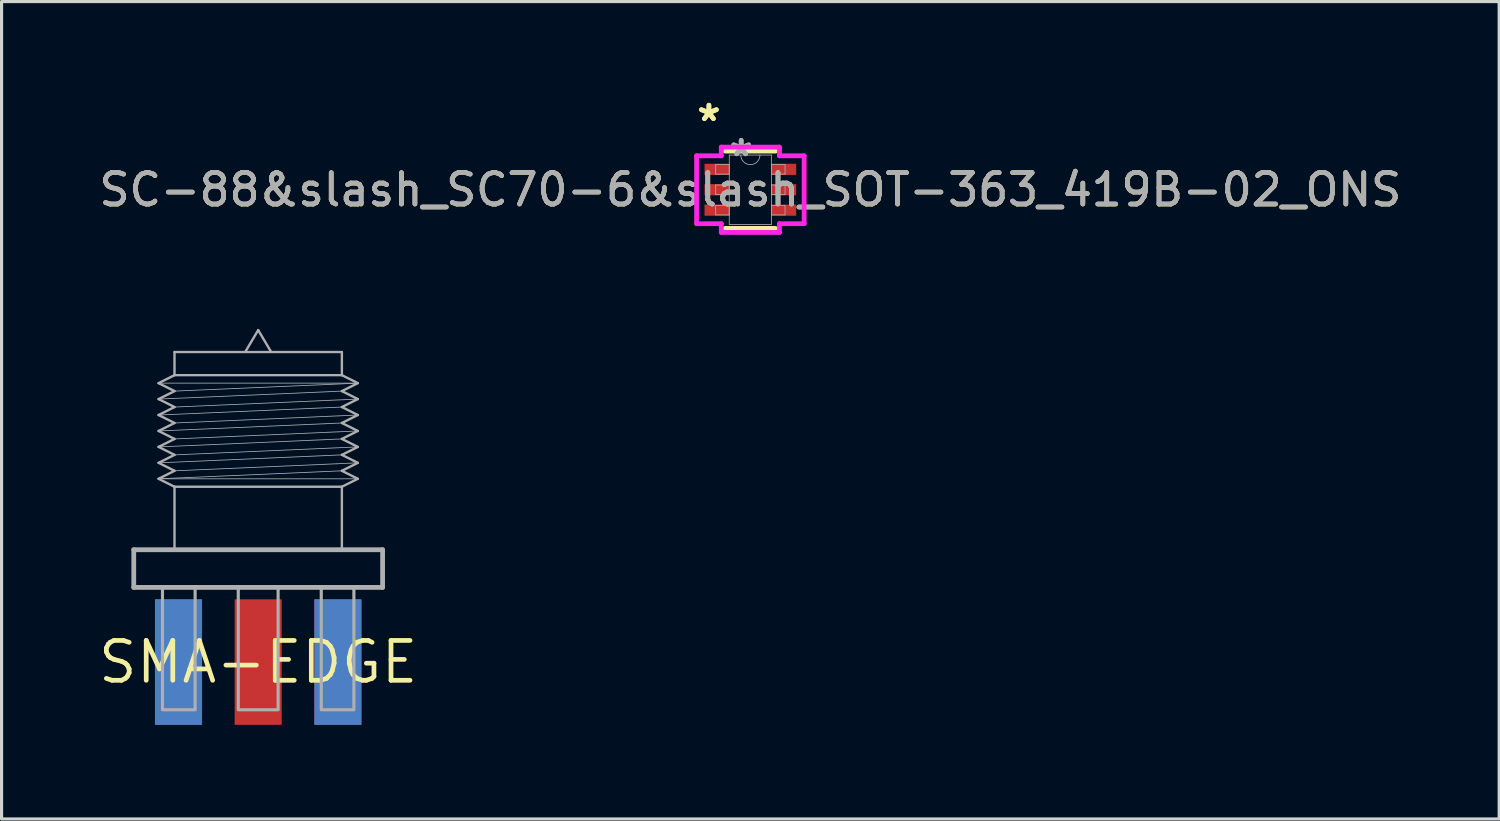
<source format=kicad_pcb>
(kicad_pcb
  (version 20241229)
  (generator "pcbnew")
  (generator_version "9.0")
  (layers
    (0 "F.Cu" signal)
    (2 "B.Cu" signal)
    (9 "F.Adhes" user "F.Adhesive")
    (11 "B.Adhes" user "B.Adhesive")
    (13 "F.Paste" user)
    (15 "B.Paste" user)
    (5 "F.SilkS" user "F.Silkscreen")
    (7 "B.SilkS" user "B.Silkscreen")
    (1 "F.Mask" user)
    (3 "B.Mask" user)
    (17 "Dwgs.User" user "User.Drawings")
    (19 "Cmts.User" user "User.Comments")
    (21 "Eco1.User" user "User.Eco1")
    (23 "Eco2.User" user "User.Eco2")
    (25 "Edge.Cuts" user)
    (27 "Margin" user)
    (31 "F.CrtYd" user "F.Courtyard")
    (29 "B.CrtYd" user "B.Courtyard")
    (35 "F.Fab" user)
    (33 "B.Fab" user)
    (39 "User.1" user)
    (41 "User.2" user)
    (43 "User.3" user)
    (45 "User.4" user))
  (footprint "SC-88&slash_SC70-6&slash_SOT-363_419B-02_ONS"
    (layer "F.Cu")
    (at 20.863 2.997)
    (property "Reference" "SC-88&slash_SC70-6&slash_SOT-363_419B-02_ONS" (at 0 0 0) (unlocked yes) (layer "F.SilkS") (effects (font (size 1 1) (thickness 0.15))))
    (attr smd)
    (fp_line (start -0.8 1.232) (end 0.8 1.232) (stroke (width 0.152) (type solid)) (layer "F.SilkS"))
    (fp_line (start 0.8 -1.232) (end -0.8 -1.232) (stroke (width 0.152) (type solid)) (layer "F.SilkS"))
    (fp_line (start -1.714 -1.082) (end -0.927 -1.082) (stroke (width 0.152) (type solid)) (layer "F.CrtYd"))
    (fp_line (start -1.714 1.082) (end -1.714 -1.082) (stroke (width 0.152) (type solid)) (layer "F.CrtYd"))
    (fp_line (start -1.714 1.082) (end -0.927 1.082) (stroke (width 0.152) (type solid)) (layer "F.CrtYd"))
    (fp_line (start -0.927 -1.359) (end 0.927 -1.359) (stroke (width 0.152) (type solid)) (layer "F.CrtYd"))
    (fp_line (start -0.927 -1.082) (end -0.927 -1.359) (stroke (width 0.152) (type solid)) (layer "F.CrtYd"))
    (fp_line (start -0.927 1.359) (end -0.927 1.082) (stroke (width 0.152) (type solid)) (layer "F.CrtYd"))
    (fp_line (start 0.927 -1.359) (end 0.927 -1.082) (stroke (width 0.152) (type solid)) (layer "F.CrtYd"))
    (fp_line (start 0.927 1.082) (end 0.927 1.359) (stroke (width 0.152) (type solid)) (layer "F.CrtYd"))
    (fp_line (start 0.927 1.359) (end -0.927 1.359) (stroke (width 0.152) (type solid)) (layer "F.CrtYd"))
    (fp_line (start 1.714 -1.082) (end 0.927 -1.082) (stroke (width 0.152) (type solid)) (layer "F.CrtYd"))
    (fp_line (start 1.714 -1.082) (end 1.714 1.082) (stroke (width 0.152) (type solid)) (layer "F.CrtYd"))
    (fp_line (start 1.714 1.082) (end 0.927 1.082) (stroke (width 0.152) (type solid)) (layer "F.CrtYd"))
    (fp_line (start -1.105 -0.802) (end -1.105 -0.498) (stroke (width 0.025) (type solid)) (layer "F.Fab"))
    (fp_line (start -1.105 -0.498) (end -0.673 -0.498) (stroke (width 0.025) (type solid)) (layer "F.Fab"))
    (fp_line (start -1.105 -0.152) (end -1.105 0.152) (stroke (width 0.025) (type solid)) (layer "F.Fab"))
    (fp_line (start -1.105 0.152) (end -0.673 0.152) (stroke (width 0.025) (type solid)) (layer "F.Fab"))
    (fp_line (start -1.105 0.498) (end -1.105 0.802) (stroke (width 0.025) (type solid)) (layer "F.Fab"))
    (fp_line (start -1.105 0.802) (end -0.673 0.802) (stroke (width 0.025) (type solid)) (layer "F.Fab"))
    (fp_line (start -0.673 -1.105) (end -0.673 1.105) (stroke (width 0.025) (type solid)) (layer "F.Fab"))
    (fp_line (start -0.673 -0.802) (end -1.105 -0.802) (stroke (width 0.025) (type solid)) (layer "F.Fab"))
    (fp_line (start -0.673 -0.498) (end -0.673 -0.802) (stroke (width 0.025) (type solid)) (layer "F.Fab"))
    (fp_line (start -0.673 -0.152) (end -1.105 -0.152) (stroke (width 0.025) (type solid)) (layer "F.Fab"))
    (fp_line (start -0.673 0.152) (end -0.673 -0.152) (stroke (width 0.025) (type solid)) (layer "F.Fab"))
    (fp_line (start -0.673 0.498) (end -1.105 0.498) (stroke (width 0.025) (type solid)) (layer "F.Fab"))
    (fp_line (start -0.673 0.802) (end -0.673 0.498) (stroke (width 0.025) (type solid)) (layer "F.Fab"))
    (fp_line (start -0.673 1.105) (end 0.673 1.105) (stroke (width 0.025) (type solid)) (layer "F.Fab"))
    (fp_line (start 0.673 -1.105) (end -0.673 -1.105) (stroke (width 0.025) (type solid)) (layer "F.Fab"))
    (fp_line (start 0.673 -0.802) (end 0.673 -0.498) (stroke (width 0.025) (type solid)) (layer "F.Fab"))
    (fp_line (start 0.673 -0.498) (end 1.105 -0.498) (stroke (width 0.025) (type solid)) (layer "F.Fab"))
    (fp_line (start 0.673 -0.152) (end 0.673 0.152) (stroke (width 0.025) (type solid)) (layer "F.Fab"))
    (fp_line (start 0.673 0.152) (end 1.105 0.152) (stroke (width 0.025) (type solid)) (layer "F.Fab"))
    (fp_line (start 0.673 0.498) (end 0.673 0.802) (stroke (width 0.025) (type solid)) (layer "F.Fab"))
    (fp_line (start 0.673 0.802) (end 1.105 0.802) (stroke (width 0.025) (type solid)) (layer "F.Fab"))
    (fp_line (start 0.673 1.105) (end 0.673 -1.105) (stroke (width 0.025) (type solid)) (layer "F.Fab"))
    (fp_line (start 1.105 -0.802) (end 0.673 -0.802) (stroke (width 0.025) (type solid)) (layer "F.Fab"))
    (fp_line (start 1.105 -0.498) (end 1.105 -0.802) (stroke (width 0.025) (type solid)) (layer "F.Fab"))
    (fp_line (start 1.105 -0.152) (end 0.673 -0.152) (stroke (width 0.025) (type solid)) (layer "F.Fab"))
    (fp_line (start 1.105 0.152) (end 1.105 -0.152) (stroke (width 0.025) (type solid)) (layer "F.Fab"))
    (fp_line (start 1.105 0.498) (end 0.673 0.498) (stroke (width 0.025) (type solid)) (layer "F.Fab"))
    (fp_line (start 1.105 0.802) (end 1.105 0.498) (stroke (width 0.025) (type solid)) (layer "F.Fab"))
    (fp_arc (start 0.3048 -1.1049) (mid 0 -0.8001) (end -0.3048 -1.1049) (stroke (width 0.0254) (type solid)) (layer "F.Fab"))
    (fp_text user "*" (at -1.321 -2.149 0) (layer "F.SilkS") (effects (font (size 1 1) (thickness 0.15))))
    (fp_text user "*" (at -1.321 -2.149 0) (unlocked yes) (layer "F.SilkS") (effects (font (size 1 1) (thickness 0.15))))
    (fp_text user "${REFERENCE}" (at 0 0 0) (unlocked yes) (layer "F.Fab") (effects (font (size 1 1) (thickness 0.15))))
    (fp_text user "*" (at -0.292 -1.029 0) (unlocked yes) (layer "F.Fab") (effects (font (size 1 1) (thickness 0.15))))
    (fp_text user "*" (at -0.292 -1.029 0) (layer "F.Fab") (effects (font (size 1 1) (thickness 0.15))))
    (pad "1" smd rect (at -1.067 -0.65) (size 0.787 0.356) (layers "F.Cu" "F.Mask" "F.Paste"))
    (pad "2" smd rect (at -1.067 0) (size 0.787 0.356) (layers "F.Cu" "F.Mask" "F.Paste"))
    (pad "3" smd rect (at -1.067 0.65) (size 0.787 0.356) (layers "F.Cu" "F.Mask" "F.Paste"))
    (pad "4" smd rect (at 1.067 0.65) (size 0.787 0.356) (layers "F.Cu" "F.Mask" "F.Paste"))
    (pad "5" smd rect (at 1.067 0) (size 0.787 0.356) (layers "F.Cu" "F.Mask" "F.Paste"))
    (pad "6" smd rect (at 1.067 -0.65) (size 0.787 0.356) (layers "F.Cu" "F.Mask" "F.Paste")))
  (footprint "SMA-EDGE"
    (layer "F.Cu")
    (at 5.178 18.05)
    (property "Reference" "SMA-EDGE" (at 0 0 0) (layer "F.SilkS") (effects (font (size 1.27 1.27) (thickness 0.15))))
    (fp_line (start -3.965 -3.581) (end 3.965 -3.581) (stroke (width 0.152) (type solid)) (layer "F.Fab"))
    (fp_line (start -3.965 -2.381) (end -3.965 -3.581) (stroke (width 0.152) (type solid)) (layer "F.Fab"))
    (fp_line (start -3.175 -8.89) (end -2.667 -9.144) (stroke (width 0.076) (type solid)) (layer "F.Fab"))
    (fp_line (start -3.175 -8.382) (end -2.667 -8.636) (stroke (width 0.076) (type solid)) (layer "F.Fab"))
    (fp_line (start -3.175 -8.382) (end 2.667 -8.636) (stroke (width 0.025) (type solid)) (layer "F.Fab"))
    (fp_line (start -3.175 -7.874) (end -2.667 -8.128) (stroke (width 0.076) (type solid)) (layer "F.Fab"))
    (fp_line (start -3.175 -7.874) (end -2.667 -7.62) (stroke (width 0.076) (type solid)) (layer "F.Fab"))
    (fp_line (start -3.175 -7.874) (end 2.667 -8.128) (stroke (width 0.025) (type solid)) (layer "F.Fab"))
    (fp_line (start -3.175 -7.366) (end -2.667 -7.62) (stroke (width 0.076) (type solid)) (layer "F.Fab"))
    (fp_line (start -3.175 -7.366) (end 2.667 -7.62) (stroke (width 0.025) (type solid)) (layer "F.Fab"))
    (fp_line (start -3.175 -6.858) (end -2.667 -7.112) (stroke (width 0.076) (type solid)) (layer "F.Fab"))
    (fp_line (start -3.175 -6.858) (end 2.667 -7.112) (stroke (width 0.025) (type solid)) (layer "F.Fab"))
    (fp_line (start -3.175 -6.35) (end -2.667 -6.604) (stroke (width 0.076) (type solid)) (layer "F.Fab"))
    (fp_line (start -3.175 -6.35) (end 2.667 -6.604) (stroke (width 0.025) (type solid)) (layer "F.Fab"))
    (fp_line (start -3.175 -5.842) (end -2.667 -6.096) (stroke (width 0.076) (type solid)) (layer "F.Fab"))
    (fp_line (start -3.175 -5.842) (end 2.667 -6.096) (stroke (width 0.025) (type solid)) (layer "F.Fab"))
    (fp_line (start -3.175 -5.842) (end 3.175 -5.842) (stroke (width 0.025) (type solid)) (layer "F.Fab"))
    (fp_line (start -2.667 -9.881) (end 2.667 -9.881) (stroke (width 0.076) (type solid)) (layer "F.Fab"))
    (fp_line (start -2.667 -9.144) (end -2.667 -9.881) (stroke (width 0.076) (type solid)) (layer "F.Fab"))
    (fp_line (start -2.667 -9.144) (end 2.667 -9.144) (stroke (width 0.076) (type solid)) (layer "F.Fab"))
    (fp_line (start -2.667 -8.636) (end -3.175 -8.89) (stroke (width 0.076) (type solid)) (layer "F.Fab"))
    (fp_line (start -2.667 -8.636) (end 3.175 -8.89) (stroke (width 0.025) (type solid)) (layer "F.Fab"))
    (fp_line (start -2.667 -8.128) (end -3.175 -8.382) (stroke (width 0.076) (type solid)) (layer "F.Fab"))
    (fp_line (start -2.667 -8.128) (end 3.175 -8.382) (stroke (width 0.025) (type solid)) (layer "F.Fab"))
    (fp_line (start -2.667 -7.62) (end 3.175 -7.874) (stroke (width 0.025) (type solid)) (layer "F.Fab"))
    (fp_line (start -2.667 -7.112) (end -3.175 -7.366) (stroke (width 0.076) (type solid)) (layer "F.Fab"))
    (fp_line (start -2.667 -7.112) (end 3.175 -7.366) (stroke (width 0.025) (type solid)) (layer "F.Fab"))
    (fp_line (start -2.667 -6.604) (end -3.175 -6.858) (stroke (width 0.076) (type solid)) (layer "F.Fab"))
    (fp_line (start -2.667 -6.604) (end 3.175 -6.858) (stroke (width 0.025) (type solid)) (layer "F.Fab"))
    (fp_line (start -2.667 -6.096) (end -3.175 -6.35) (stroke (width 0.076) (type solid)) (layer "F.Fab"))
    (fp_line (start -2.667 -6.096) (end 3.175 -6.35) (stroke (width 0.025) (type solid)) (layer "F.Fab"))
    (fp_line (start -2.667 -5.588) (end -3.175 -5.842) (stroke (width 0.076) (type solid)) (layer "F.Fab"))
    (fp_line (start -2.667 -5.588) (end 2.667 -5.588) (stroke (width 0.076) (type solid)) (layer "F.Fab"))
    (fp_line (start -2.667 -3.581) (end -2.667 -5.588) (stroke (width 0.076) (type solid)) (layer "F.Fab"))
    (fp_line (start -0.4 -9.906) (end 0 -10.58) (stroke (width 0.076) (type solid)) (layer "F.Fab"))
    (fp_line (start 0 -10.58) (end 0.4 -9.906) (stroke (width 0.076) (type solid)) (layer "F.Fab"))
    (fp_line (start 2.667 -9.881) (end 2.667 -9.144) (stroke (width 0.076) (type solid)) (layer "F.Fab"))
    (fp_line (start 2.667 -9.144) (end 3.175 -8.89) (stroke (width 0.076) (type solid)) (layer "F.Fab"))
    (fp_line (start 2.667 -8.636) (end 3.175 -8.382) (stroke (width 0.076) (type solid)) (layer "F.Fab"))
    (fp_line (start 2.667 -8.128) (end 3.175 -7.874) (stroke (width 0.076) (type solid)) (layer "F.Fab"))
    (fp_line (start 2.667 -7.62) (end 3.175 -7.366) (stroke (width 0.076) (type solid)) (layer "F.Fab"))
    (fp_line (start 2.667 -7.112) (end 3.175 -6.858) (stroke (width 0.076) (type solid)) (layer "F.Fab"))
    (fp_line (start 2.667 -6.604) (end 3.175 -6.35) (stroke (width 0.076) (type solid)) (layer "F.Fab"))
    (fp_line (start 2.667 -6.096) (end 3.175 -5.842) (stroke (width 0.076) (type solid)) (layer "F.Fab"))
    (fp_line (start 2.667 -5.588) (end 2.667 -3.556) (stroke (width 0.076) (type solid)) (layer "F.Fab"))
    (fp_line (start 3.175 -8.89) (end -3.175 -8.89) (stroke (width 0.025) (type solid)) (layer "F.Fab"))
    (fp_line (start 3.175 -8.89) (end 2.667 -8.636) (stroke (width 0.076) (type solid)) (layer "F.Fab"))
    (fp_line (start 3.175 -8.382) (end 2.667 -8.128) (stroke (width 0.076) (type solid)) (layer "F.Fab"))
    (fp_line (start 3.175 -7.874) (end 2.667 -7.62) (stroke (width 0.076) (type solid)) (layer "F.Fab"))
    (fp_line (start 3.175 -7.366) (end 2.667 -7.112) (stroke (width 0.076) (type solid)) (layer "F.Fab"))
    (fp_line (start 3.175 -6.858) (end 2.667 -6.604) (stroke (width 0.076) (type solid)) (layer "F.Fab"))
    (fp_line (start 3.175 -6.35) (end 2.667 -6.096) (stroke (width 0.076) (type solid)) (layer "F.Fab"))
    (fp_line (start 3.175 -5.842) (end 2.667 -5.588) (stroke (width 0.076) (type solid)) (layer "F.Fab"))
    (fp_line (start 3.965 -3.581) (end 3.965 -2.381) (stroke (width 0.152) (type solid)) (layer "F.Fab"))
    (fp_line (start 3.965 -2.381) (end -3.965 -2.381) (stroke (width 0.152) (type solid)) (layer "F.Fab"))
    (fp_poly (pts (xy -3.05 1.519) (xy -2.01 1.519) (xy -2.01 -2.381) (xy -3.05 -2.381)) (stroke (width 0.1) (type default)) (fill no) (layer "F.Fab"))
    (fp_poly (pts (xy -0.635 1.519) (xy 0.635 1.519) (xy 0.635 -2.381) (xy -0.635 -2.381)) (stroke (width 0.1) (type default)) (fill no) (layer "F.Fab"))
    (fp_poly (pts (xy 2.01 1.519) (xy 3.05 1.519) (xy 3.05 -2.381) (xy 2.01 -2.381)) (stroke (width 0.1) (type default)) (fill no) (layer "F.Fab"))
    (pad "GND@0" smd rect (at -2.54 0) (size 1.5 4) (layers "F.Cu" "F.Mask"))
    (pad "GND@1" smd rect (at 2.54 0) (size 1.5 4) (layers "F.Cu" "F.Mask"))
    (pad "GND@2" smd rect (at -2.54 0) (size 1.5 4) (layers "B.Cu" "B.Mask"))
    (pad "GND@3" smd rect (at 2.54 0) (size 1.5 4) (layers "B.Cu" "B.Mask"))
    (pad "SIG" smd rect (at 0 0) (size 1.5 4) (layers "F.Cu" "F.Mask")))
  (gr_rect
    (start -3 -3)
    (end 44.726 23.05)
    (stroke (width 0.1) (type default))
    (fill no)
    (layer "Edge.Cuts")))
</source>
